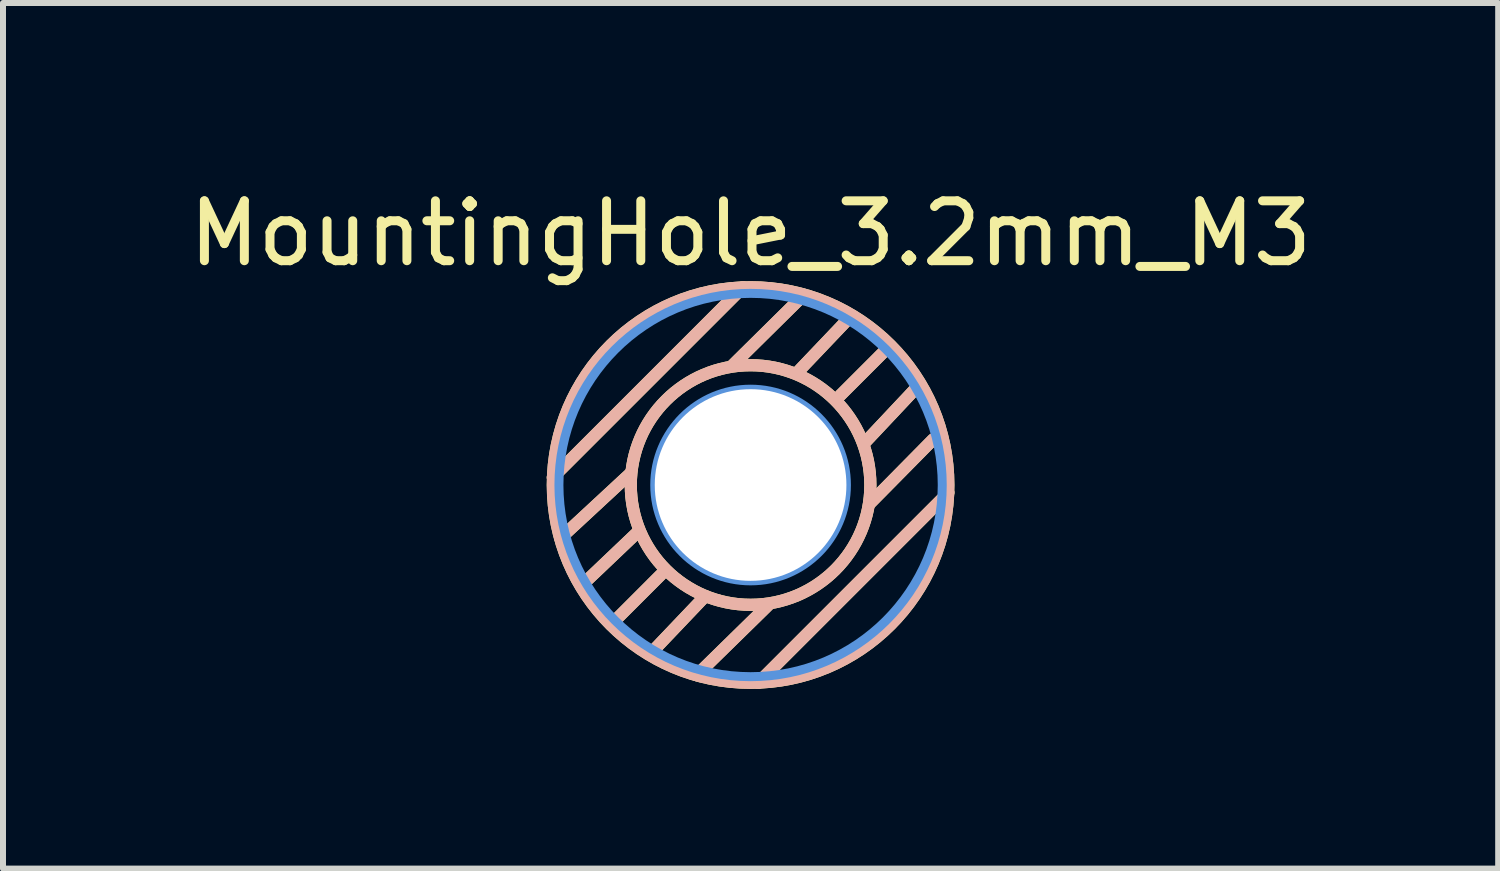
<source format=kicad_pcb>
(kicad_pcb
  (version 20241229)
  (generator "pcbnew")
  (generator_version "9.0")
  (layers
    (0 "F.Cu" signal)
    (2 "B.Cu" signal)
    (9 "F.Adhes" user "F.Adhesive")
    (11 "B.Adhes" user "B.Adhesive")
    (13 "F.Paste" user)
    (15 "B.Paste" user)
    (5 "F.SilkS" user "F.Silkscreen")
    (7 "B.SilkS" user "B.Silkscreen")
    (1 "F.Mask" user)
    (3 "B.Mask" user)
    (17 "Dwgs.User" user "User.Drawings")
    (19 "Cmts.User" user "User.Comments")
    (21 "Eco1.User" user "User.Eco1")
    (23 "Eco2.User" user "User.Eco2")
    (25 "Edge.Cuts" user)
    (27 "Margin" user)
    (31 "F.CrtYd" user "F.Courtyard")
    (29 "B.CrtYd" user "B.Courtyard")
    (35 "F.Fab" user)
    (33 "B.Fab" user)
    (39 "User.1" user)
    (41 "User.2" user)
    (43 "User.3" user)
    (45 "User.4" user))
  (footprint "MountingHole_3.2mm_M3"
    (layer "F.Cu")
    (at 9.482 5.048)
    (property "Reference" "MountingHole_3.2mm_M3" (at 0 -4.2 0) (layer "F.SilkS") (effects (font (size 1 1) (thickness 0.15))))
    (attr board_only exclude_from_pos_files exclude_from_bom)
    (fp_line (start -3.302 -0.127) (end -0.127 -3.302) (stroke (width 0.203) (type default)) (layer "F.SilkS"))
    (fp_line (start -3.175 0.889) (end -2 -0.2) (stroke (width 0.203) (type default)) (layer "F.SilkS"))
    (fp_line (start -2.794 1.651) (end -1.9 0.8) (stroke (width 0.203) (type default)) (layer "F.SilkS"))
    (fp_line (start -2.286 2.286) (end -1.5 1.5) (stroke (width 0.203) (type default)) (layer "F.SilkS"))
    (fp_line (start -1.651 2.794) (end -0.8 1.9) (stroke (width 0.203) (type default)) (layer "F.SilkS"))
    (fp_line (start -0.9 3.175) (end 0.3 2) (stroke (width 0.203) (type default)) (layer "F.SilkS"))
    (fp_line (start -0.3 -2) (end 0.889 -3.175) (stroke (width 0.203) (type default)) (layer "F.SilkS"))
    (fp_line (start 0.127 3.302) (end 3.302 0.127) (stroke (width 0.203) (type default)) (layer "F.SilkS"))
    (fp_line (start 1.651 -2.794) (end 0.8 -1.9) (stroke (width 0.203) (type default)) (layer "F.SilkS"))
    (fp_line (start 2 0.3) (end 3.048 -0.762) (stroke (width 0.203) (type default)) (layer "F.SilkS"))
    (fp_line (start 2.286 -2.286) (end 1.5 -1.5) (stroke (width 0.203) (type default)) (layer "F.SilkS"))
    (fp_line (start 2.794 -1.651) (end 1.9 -0.7) (stroke (width 0.203) (type default)) (layer "F.SilkS"))
    (fp_circle (center 0 0) (end 2 0) (stroke (width 0.203) (type default)) (fill no) (layer "F.SilkS"))
    (fp_circle (center 0 0) (end 3.302 0) (stroke (width 0.203) (type default)) (fill no) (layer "F.SilkS"))
    (fp_line (start -3.302 -0.127) (end -0.127 -3.302) (stroke (width 0.203) (type default)) (layer "B.SilkS"))
    (fp_line (start -3.175 0.889) (end -2 -0.2) (stroke (width 0.203) (type default)) (layer "B.SilkS"))
    (fp_line (start -2.794 1.651) (end -1.9 0.8) (stroke (width 0.203) (type default)) (layer "B.SilkS"))
    (fp_line (start -2.286 2.286) (end -1.5 1.5) (stroke (width 0.203) (type default)) (layer "B.SilkS"))
    (fp_line (start -1.651 2.794) (end -0.8 1.9) (stroke (width 0.203) (type default)) (layer "B.SilkS"))
    (fp_line (start -0.9 3.175) (end 0.3 2) (stroke (width 0.203) (type default)) (layer "B.SilkS"))
    (fp_line (start -0.3 -2) (end 0.889 -3.175) (stroke (width 0.203) (type default)) (layer "B.SilkS"))
    (fp_line (start 0.127 3.302) (end 3.302 0.127) (stroke (width 0.203) (type default)) (layer "B.SilkS"))
    (fp_line (start 1.651 -2.794) (end 0.8 -1.9) (stroke (width 0.203) (type default)) (layer "B.SilkS"))
    (fp_line (start 2 0.3) (end 3.048 -0.762) (stroke (width 0.203) (type default)) (layer "B.SilkS"))
    (fp_line (start 2.286 -2.286) (end 1.5 -1.5) (stroke (width 0.203) (type default)) (layer "B.SilkS"))
    (fp_line (start 2.794 -1.651) (end 1.9 -0.7) (stroke (width 0.203) (type default)) (layer "B.SilkS"))
    (fp_circle (center 0 0) (end 2 0) (stroke (width 0.203) (type default)) (fill no) (layer "B.SilkS"))
    (fp_circle (center 0 0) (end 3.302 0) (stroke (width 0.203) (type default)) (fill no) (layer "B.SilkS"))
    (fp_circle (center 0 0) (end 1.6 0) (stroke (width 0.15) (type solid)) (fill no) (layer "Cmts.User"))
    (fp_circle (center 0 0) (end 3.2 0) (stroke (width 0.15) (type solid)) (fill no) (layer "Cmts.User"))
    (pad "" np_thru_hole circle (at 0 0 90) (size 3.2 3.2) (drill 3.2) (layers "*.Cu" "*.SilkS" "*.Mask")))
  (gr_rect
    (start -3 -3)
    (end 21.964 11.452)
    (stroke (width 0.1) (type default))
    (fill no)
    (layer "Edge.Cuts")))
</source>
